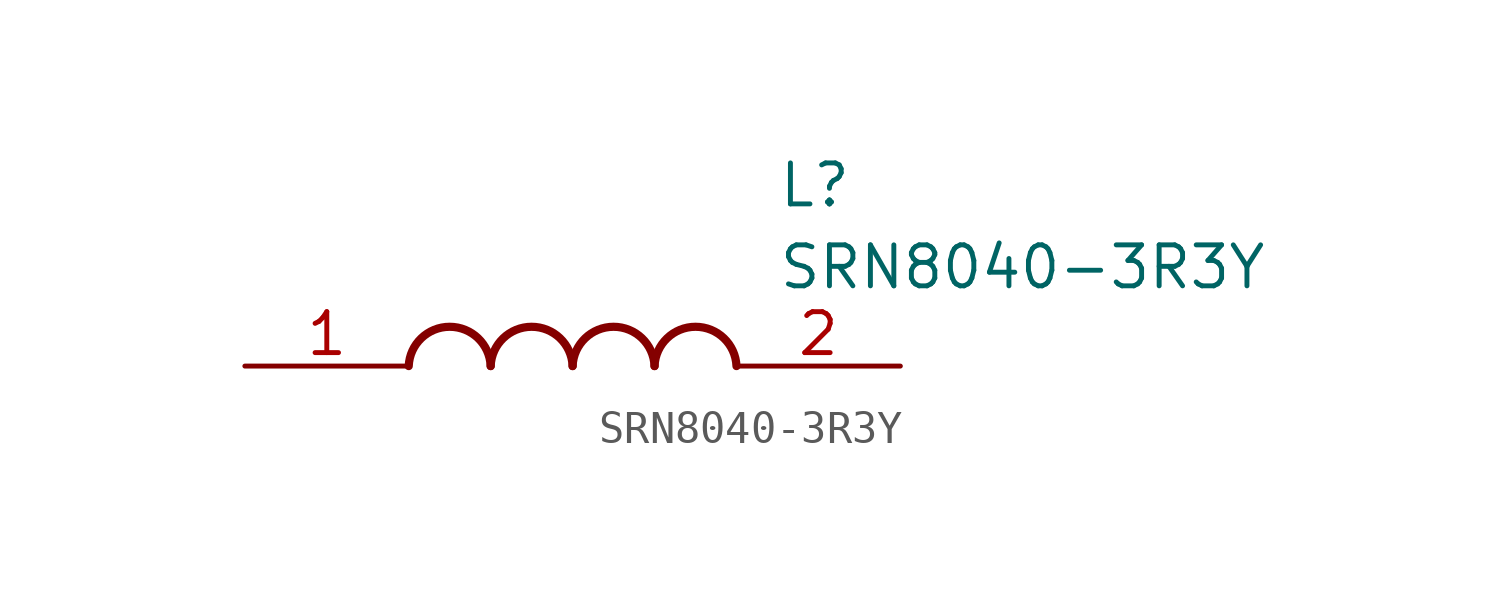
<source format=kicad_sym>
(kicad_symbol_lib
  (version 20241209)
  (generator "kicad_symbol_editor")
  (generator_version "9.0")
  (symbol "SRN8040-3R3Y"
    (pin_names
      (hide yes))
    (property "Reference" "L"
      (at 16.51 6.35 0)
      (effects (font (size 1.27 1.27)) (justify left top)))
    (property "Value" "SRN8040-3R3Y"
      (at 16.51 3.81 0)
      (effects (font (size 1.27 1.27)) (justify left top)))
    (symbol "SRN8040-3R3Y_1_1"
      (arc (start 5.08 0) (mid 6.35 1.219) (end 7.62 0) (stroke (width 0.254) (type default)) (fill (type none)))
      (arc (start 7.62 0) (mid 8.89 1.219) (end 10.16 0) (stroke (width 0.254) (type default)) (fill (type none)))
      (arc (start 10.16 0) (mid 11.43 1.219) (end 12.7 0) (stroke (width 0.254) (type default)) (fill (type none)))
      (arc (start 12.7 0) (mid 13.97 1.219) (end 15.24 0) (stroke (width 0.254) (type default)) (fill (type none)))
      (pin passive line (at 0 0 0) (length 5.08) (name "1" (effects (font (size 1.27 1.27)))) (number "1" (effects (font (size 1.27 1.27)))))
      (pin passive line (at 20.32 0 180) (length 5.08) (name "2" (effects (font (size 1.27 1.27)))) (number "2" (effects (font (size 1.27 1.27))))))))
</source>
